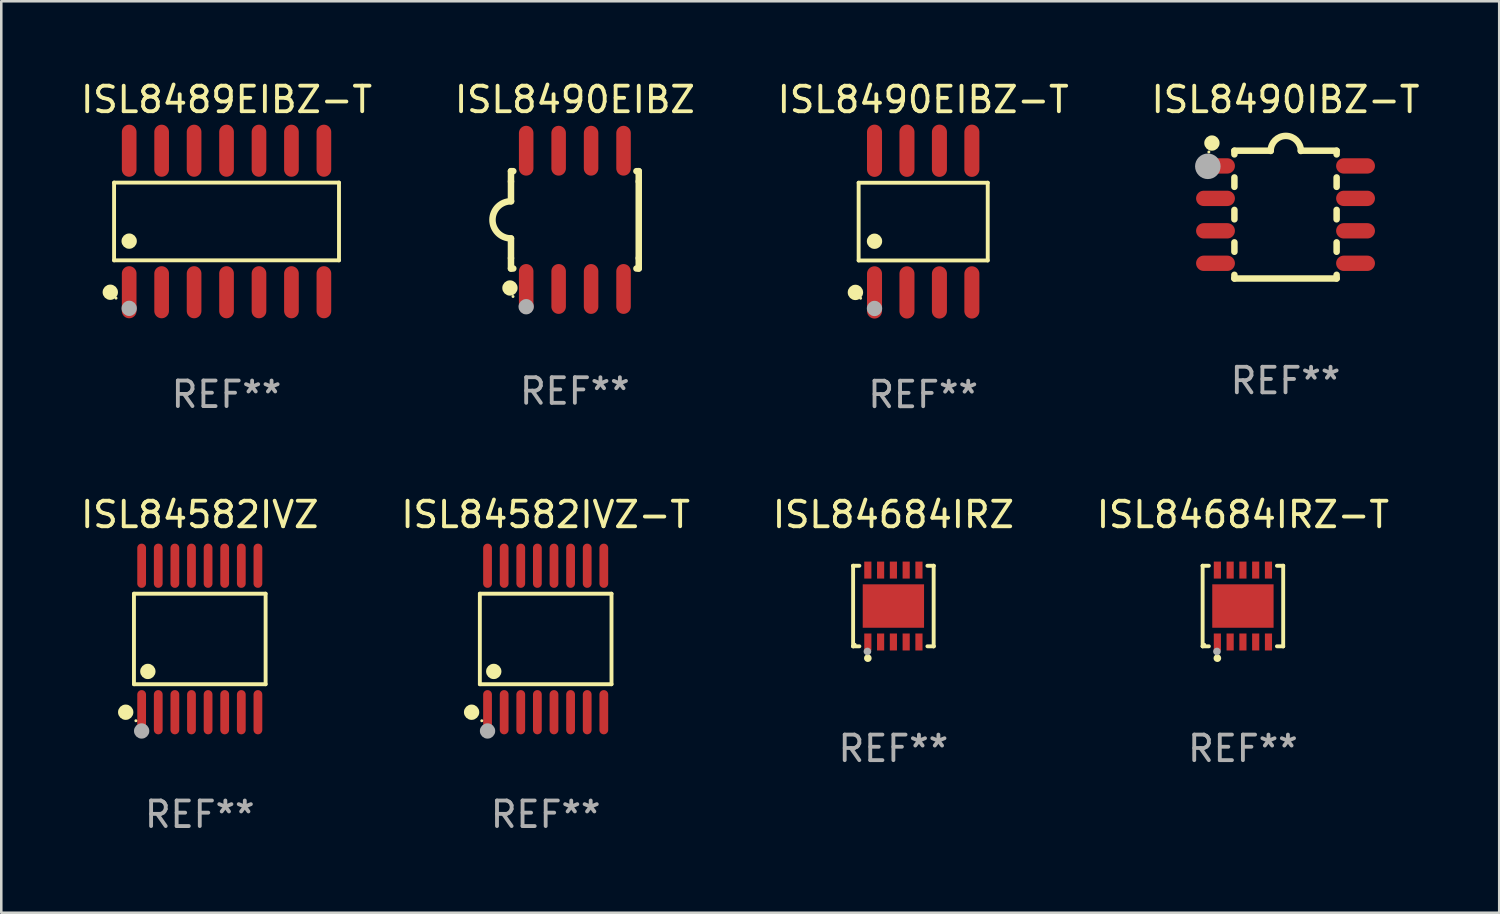
<source format=kicad_pcb>
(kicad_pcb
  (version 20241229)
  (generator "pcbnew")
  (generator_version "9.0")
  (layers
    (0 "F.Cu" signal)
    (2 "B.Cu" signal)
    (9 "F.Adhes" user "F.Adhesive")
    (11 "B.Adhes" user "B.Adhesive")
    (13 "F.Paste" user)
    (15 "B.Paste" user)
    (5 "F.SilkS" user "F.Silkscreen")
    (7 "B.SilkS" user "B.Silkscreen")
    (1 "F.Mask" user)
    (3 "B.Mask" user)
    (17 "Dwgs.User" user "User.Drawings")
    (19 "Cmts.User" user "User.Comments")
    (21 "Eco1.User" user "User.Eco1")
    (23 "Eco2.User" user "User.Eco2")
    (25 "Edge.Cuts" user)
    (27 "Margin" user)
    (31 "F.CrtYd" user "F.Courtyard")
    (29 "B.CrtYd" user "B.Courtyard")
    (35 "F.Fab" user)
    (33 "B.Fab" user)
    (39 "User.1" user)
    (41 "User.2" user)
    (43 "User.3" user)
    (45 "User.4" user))
  (footprint "ISL8490EIBZ"
    (layer "F.Cu")
    (at 19.446 5.553)
    (property "Reference" "ISL8490EIBZ" (at 0 -4.705 0) (layer "F.SilkS") (effects (font (size 1 1) (thickness 0.15))))
    (attr through_hole)
    (fp_line (start -2.5 -1.905) (end -2.409 -1.905) (stroke (width 0.254) (type solid)) (layer "F.SilkS"))
    (fp_line (start -2.5 -1.5) (end -2.5 -1.905) (stroke (width 0.254) (type solid)) (layer "F.SilkS"))
    (fp_line (start -2.5 -1.5) (end -2.5 -0.726) (stroke (width 0.254) (type solid)) (layer "F.SilkS"))
    (fp_line (start -2.5 1.5) (end -2.5 0.727) (stroke (width 0.254) (type solid)) (layer "F.SilkS"))
    (fp_line (start -2.5 1.5) (end -2.5 1.905) (stroke (width 0.254) (type solid)) (layer "F.SilkS"))
    (fp_line (start -2.5 1.905) (end -2.409 1.905) (stroke (width 0.254) (type solid)) (layer "F.SilkS"))
    (fp_line (start 2.5 -1.905) (end 2.409 -1.905) (stroke (width 0.254) (type solid)) (layer "F.SilkS"))
    (fp_line (start 2.5 -1.5) (end 2.5 -1.905) (stroke (width 0.254) (type solid)) (layer "F.SilkS"))
    (fp_line (start 2.5 -1.5) (end 2.5 1.5) (stroke (width 0.254) (type solid)) (layer "F.SilkS"))
    (fp_line (start 2.5 1.5) (end 2.5 1.905) (stroke (width 0.254) (type solid)) (layer "F.SilkS"))
    (fp_line (start 2.5 1.905) (end 2.409 1.905) (stroke (width 0.254) (type solid)) (layer "F.SilkS"))
    (fp_arc (start -2.5 0.726568) (mid -3.220316 -0.0023) (end -2.495097 -0.726289) (stroke (width 0.254001) (type solid)) (layer "F.SilkS"))
    (fp_circle (center -2.54 2.667) (end -2.39 2.667) (stroke (width 0.3) (type solid)) (fill no) (layer "F.SilkS"))
    (fp_circle (center -2.42 3) (end -2.39 3) (stroke (width 0.06) (type solid)) (fill no) (layer "F.SilkS"))
    (fp_circle (center -1.905 3.4) (end -1.755 3.4) (stroke (width 0.3) (type solid)) (fill no) (layer "F.Fab"))
    (fp_text user "REF**" (at 0 6.705 0) (layer "F.Fab") (effects (font (size 1 1) (thickness 0.15))))
    (pad "1" smd oval (at -1.905 2.705) (size 0.568 1.95) (layers "F.Cu" "F.Mask" "F.Paste"))
    (pad "2" smd oval (at -0.635 2.705) (size 0.568 1.95) (layers "F.Cu" "F.Mask" "F.Paste"))
    (pad "3" smd oval (at 0.635 2.705) (size 0.568 1.95) (layers "F.Cu" "F.Mask" "F.Paste"))
    (pad "4" smd oval (at 1.905 2.705) (size 0.568 1.95) (layers "F.Cu" "F.Mask" "F.Paste"))
    (pad "5" smd oval (at 1.905 -2.705) (size 0.568 1.95) (layers "F.Cu" "F.Mask" "F.Paste"))
    (pad "6" smd oval (at 0.635 -2.705) (size 0.568 1.95) (layers "F.Cu" "F.Mask" "F.Paste"))
    (pad "7" smd oval (at -0.635 -2.705) (size 0.568 1.95) (layers "F.Cu" "F.Mask" "F.Paste"))
    (pad "8" smd oval (at -1.905 -2.705) (size 0.568 1.95) (layers "F.Cu" "F.Mask" "F.Paste")))
  (footprint "ISL8490IBZ-T"
    (layer "F.Cu")
    (at 47.256 5.348)
    (property "Reference" "ISL8490IBZ-T" (at 0 -4.5 0) (layer "F.SilkS") (effects (font (size 1 1) (thickness 0.15))))
    (attr through_hole)
    (fp_line (start -2 -2.5) (end -2 -2.356) (stroke (width 0.254) (type solid)) (layer "F.SilkS"))
    (fp_line (start -2 -1.454) (end -2 -1.086) (stroke (width 0.254) (type solid)) (layer "F.SilkS"))
    (fp_line (start -2 -0.184) (end -2 0.184) (stroke (width 0.254) (type solid)) (layer "F.SilkS"))
    (fp_line (start -2 1.086) (end -2 1.454) (stroke (width 0.254) (type solid)) (layer "F.SilkS"))
    (fp_line (start -2 2.356) (end -2 2.5) (stroke (width 0.254) (type solid)) (layer "F.SilkS"))
    (fp_line (start -0.58 -2.5) (end -2 -2.5) (stroke (width 0.254) (type solid)) (layer "F.SilkS"))
    (fp_line (start 2 -2.5) (end 0.6 -2.5) (stroke (width 0.254) (type solid)) (layer "F.SilkS"))
    (fp_line (start 2 -2.5) (end 2 -2.356) (stroke (width 0.254) (type solid)) (layer "F.SilkS"))
    (fp_line (start 2 -1.454) (end 2 -1.086) (stroke (width 0.254) (type solid)) (layer "F.SilkS"))
    (fp_line (start 2 -0.184) (end 2 0.184) (stroke (width 0.254) (type solid)) (layer "F.SilkS"))
    (fp_line (start 2 1.086) (end 2 1.454) (stroke (width 0.254) (type solid)) (layer "F.SilkS"))
    (fp_line (start 2 2.356) (end 2 2.5) (stroke (width 0.254) (type solid)) (layer "F.SilkS"))
    (fp_line (start 2 2.5) (end -2 2.5) (stroke (width 0.254) (type solid)) (layer "F.SilkS"))
    (fp_arc (start -0.579908 -2.489992) (mid 0.010097 -3.07831) (end 0.600102 -2.489992) (stroke (width 0.254001) (type solid)) (layer "F.SilkS"))
    (fp_circle (center -3 -2.45) (end -2.97 -2.45) (stroke (width 0.06) (type solid)) (fill no) (layer "F.SilkS"))
    (fp_circle (center -2.88 -2.8) (end -2.73 -2.8) (stroke (width 0.3) (type solid)) (fill no) (layer "F.SilkS"))
    (fp_circle (center -3.04 -1.89) (end -2.79 -1.89) (stroke (width 0.5) (type solid)) (fill no) (layer "F.Fab"))
    (fp_text user "REF**" (at 0 6.5 0) (layer "F.Fab") (effects (font (size 1 1) (thickness 0.15))))
    (pad "1" smd oval (at -2.74 -1.905 90) (size 0.6 1.52) (layers "F.Cu" "F.Mask" "F.Paste"))
    (pad "2" smd oval (at -2.74 -0.635 90) (size 0.6 1.52) (layers "F.Cu" "F.Mask" "F.Paste"))
    (pad "3" smd oval (at -2.74 0.635 90) (size 0.6 1.52) (layers "F.Cu" "F.Mask" "F.Paste"))
    (pad "4" smd oval (at -2.74 1.905 90) (size 0.6 1.52) (layers "F.Cu" "F.Mask" "F.Paste"))
    (pad "5" smd oval (at 2.74 1.905 90) (size 0.6 1.52) (layers "F.Cu" "F.Mask" "F.Paste"))
    (pad "6" smd oval (at 2.74 0.635 90) (size 0.6 1.52) (layers "F.Cu" "F.Mask" "F.Paste"))
    (pad "7" smd oval (at 2.74 -0.635 90) (size 0.6 1.52) (layers "F.Cu" "F.Mask" "F.Paste"))
    (pad "8" smd oval (at 2.74 -1.905 90) (size 0.6 1.52) (layers "F.Cu" "F.Mask" "F.Paste")))
  (footprint "ISL84684IRZ"
    (layer "F.Cu")
    (at 31.911 20.666)
    (property "Reference" "ISL84684IRZ" (at 0 -3.576 0) (layer "F.SilkS") (effects (font (size 1 1) (thickness 0.15))))
    (attr through_hole)
    (fp_line (start -1.576 -1.576) (end -1.576 -1.576) (stroke (width 0.152) (type solid)) (layer "F.SilkS"))
    (fp_line (start -1.576 -1.576) (end -1.331 -1.576) (stroke (width 0.152) (type solid)) (layer "F.SilkS"))
    (fp_line (start -1.576 1.576) (end -1.576 -1.576) (stroke (width 0.152) (type solid)) (layer "F.SilkS"))
    (fp_line (start -1.576 1.576) (end -1.576 1.576) (stroke (width 0.152) (type solid)) (layer "F.SilkS"))
    (fp_line (start -1.331 1.576) (end -1.576 1.576) (stroke (width 0.152) (type solid)) (layer "F.SilkS"))
    (fp_line (start 1.331 1.576) (end 1.576 1.576) (stroke (width 0.152) (type solid)) (layer "F.SilkS"))
    (fp_line (start 1.576 -1.576) (end 1.331 -1.576) (stroke (width 0.152) (type solid)) (layer "F.SilkS"))
    (fp_line (start 1.576 -1.576) (end 1.576 -1.576) (stroke (width 0.152) (type solid)) (layer "F.SilkS"))
    (fp_line (start 1.576 1.576) (end 1.576 -1.576) (stroke (width 0.152) (type solid)) (layer "F.SilkS"))
    (fp_line (start 1.576 1.576) (end 1.576 1.576) (stroke (width 0.152) (type solid)) (layer "F.SilkS"))
    (fp_circle (center -1.5 1.5) (end -1.47 1.5) (stroke (width 0.06) (type solid)) (fill no) (layer "F.SilkS"))
    (fp_circle (center -1 2.04) (end -0.925 2.04) (stroke (width 0.15) (type solid)) (fill no) (layer "F.SilkS"))
    (fp_circle (center -1.016 1.778) (end -0.941 1.778) (stroke (width 0.15) (type solid)) (fill no) (layer "F.Fab"))
    (fp_text user "REF**" (at 0 5.576 0) (layer "F.Fab") (effects (font (size 1 1) (thickness 0.15))))
    (pad "1" smd rect (at -1 1.407) (size 0.28 0.665) (layers "F.Cu" "F.Mask" "F.Paste"))
    (pad "2" smd rect (at -0.5 1.407) (size 0.28 0.665) (layers "F.Cu" "F.Mask" "F.Paste"))
    (pad "3" smd rect (at 0 1.407) (size 0.28 0.665) (layers "F.Cu" "F.Mask" "F.Paste"))
    (pad "4" smd rect (at 0.5 1.407) (size 0.28 0.665) (layers "F.Cu" "F.Mask" "F.Paste"))
    (pad "5" smd rect (at 1 1.407) (size 0.28 0.665) (layers "F.Cu" "F.Mask" "F.Paste"))
    (pad "6" smd rect (at 1 -1.407) (size 0.28 0.665) (layers "F.Cu" "F.Mask" "F.Paste"))
    (pad "7" smd rect (at 0.5 -1.407) (size 0.28 0.665) (layers "F.Cu" "F.Mask" "F.Paste"))
    (pad "8" smd rect (at 0 -1.407) (size 0.28 0.665) (layers "F.Cu" "F.Mask" "F.Paste"))
    (pad "9" smd rect (at -0.5 -1.407) (size 0.28 0.665) (layers "F.Cu" "F.Mask" "F.Paste"))
    (pad "10" smd rect (at -1 -1.407) (size 0.28 0.665) (layers "F.Cu" "F.Mask" "F.Paste"))
    (pad "11" smd rect (at 0 0) (size 2.4 1.7) (layers "F.Cu" "F.Mask" "F.Paste")))
  (footprint "ISL84582IVZ"
    (layer "F.Cu")
    (at 4.768 21.955)
    (property "Reference" "ISL84582IVZ" (at 0 -4.866 0) (layer "F.SilkS") (effects (font (size 1 1) (thickness 0.15))))
    (attr through_hole)
    (fp_line (start -2.576 -1.772) (end 2.576 -1.772) (stroke (width 0.152) (type solid)) (layer "F.SilkS"))
    (fp_line (start -2.576 1.771) (end -2.576 -1.772) (stroke (width 0.152) (type solid)) (layer "F.SilkS"))
    (fp_line (start 2.576 -1.772) (end 2.576 1.771) (stroke (width 0.152) (type solid)) (layer "F.SilkS"))
    (fp_line (start 2.576 1.771) (end -2.576 1.771) (stroke (width 0.152) (type solid)) (layer "F.SilkS"))
    (fp_circle (center -2.899 2.866) (end -2.749 2.866) (stroke (width 0.3) (type solid)) (fill no) (layer "F.SilkS"))
    (fp_circle (center -2.5 3.2) (end -2.47 3.2) (stroke (width 0.06) (type solid)) (fill no) (layer "F.SilkS"))
    (fp_circle (center -2.032 1.27) (end -1.882 1.27) (stroke (width 0.3) (type solid)) (fill no) (layer "F.SilkS"))
    (fp_circle (center -2.275 3.6) (end -2.125 3.6) (stroke (width 0.3) (type solid)) (fill no) (layer "F.Fab"))
    (fp_text user "REF**" (at 0 6.866 0) (layer "F.Fab") (effects (font (size 1 1) (thickness 0.15))))
    (pad "1" smd oval (at -2.275 2.866) (size 0.343 1.731) (layers "F.Cu" "F.Mask" "F.Paste"))
    (pad "2" smd oval (at -1.625 2.866) (size 0.343 1.731) (layers "F.Cu" "F.Mask" "F.Paste"))
    (pad "3" smd oval (at -0.975 2.866) (size 0.343 1.731) (layers "F.Cu" "F.Mask" "F.Paste"))
    (pad "4" smd oval (at -0.325 2.866) (size 0.343 1.731) (layers "F.Cu" "F.Mask" "F.Paste"))
    (pad "5" smd oval (at 0.325 2.866) (size 0.343 1.731) (layers "F.Cu" "F.Mask" "F.Paste"))
    (pad "6" smd oval (at 0.975 2.866) (size 0.343 1.731) (layers "F.Cu" "F.Mask" "F.Paste"))
    (pad "7" smd oval (at 1.625 2.866) (size 0.343 1.731) (layers "F.Cu" "F.Mask" "F.Paste"))
    (pad "8" smd oval (at 2.275 2.866) (size 0.343 1.731) (layers "F.Cu" "F.Mask" "F.Paste"))
    (pad "9" smd oval (at 2.275 -2.866) (size 0.343 1.731) (layers "F.Cu" "F.Mask" "F.Paste"))
    (pad "10" smd oval (at 1.625 -2.866) (size 0.343 1.731) (layers "F.Cu" "F.Mask" "F.Paste"))
    (pad "11" smd oval (at 0.975 -2.866) (size 0.343 1.731) (layers "F.Cu" "F.Mask" "F.Paste"))
    (pad "12" smd oval (at 0.325 -2.866) (size 0.343 1.731) (layers "F.Cu" "F.Mask" "F.Paste"))
    (pad "13" smd oval (at -0.325 -2.866) (size 0.343 1.731) (layers "F.Cu" "F.Mask" "F.Paste"))
    (pad "14" smd oval (at -0.975 -2.866) (size 0.343 1.731) (layers "F.Cu" "F.Mask" "F.Paste"))
    (pad "15" smd oval (at -1.625 -2.866) (size 0.343 1.731) (layers "F.Cu" "F.Mask" "F.Paste"))
    (pad "16" smd oval (at -2.275 -2.866) (size 0.343 1.731) (layers "F.Cu" "F.Mask" "F.Paste")))
  (footprint "ISL8490EIBZ-T"
    (layer "F.Cu")
    (at 33.077 5.621)
    (property "Reference" "ISL8490EIBZ-T" (at 0 -4.772 0) (layer "F.SilkS") (effects (font (size 1 1) (thickness 0.15))))
    (attr through_hole)
    (fp_line (start -2.526 -1.521) (end 2.526 -1.521) (stroke (width 0.152) (type solid)) (layer "F.SilkS"))
    (fp_line (start -2.526 1.521) (end -2.526 -1.521) (stroke (width 0.152) (type solid)) (layer "F.SilkS"))
    (fp_line (start 2.526 -1.521) (end 2.526 1.521) (stroke (width 0.152) (type solid)) (layer "F.SilkS"))
    (fp_line (start 2.526 1.521) (end -2.526 1.521) (stroke (width 0.152) (type solid)) (layer "F.SilkS"))
    (fp_circle (center -2.652 2.772) (end -2.501 2.772) (stroke (width 0.3) (type solid)) (fill no) (layer "F.SilkS"))
    (fp_circle (center -2.45 3) (end -2.42 3) (stroke (width 0.06) (type solid)) (fill no) (layer "F.SilkS"))
    (fp_circle (center -1.905 0.769) (end -1.755 0.769) (stroke (width 0.3) (type solid)) (fill no) (layer "F.SilkS"))
    (fp_circle (center -1.905 3.4) (end -1.755 3.4) (stroke (width 0.3) (type solid)) (fill no) (layer "F.Fab"))
    (fp_text user "REF**" (at 0 6.772 0) (layer "F.Fab") (effects (font (size 1 1) (thickness 0.15))))
    (pad "1" smd oval (at -1.905 2.772) (size 0.588 2.045) (layers "F.Cu" "F.Mask" "F.Paste"))
    (pad "2" smd oval (at -0.635 2.772) (size 0.588 2.045) (layers "F.Cu" "F.Mask" "F.Paste"))
    (pad "3" smd oval (at 0.635 2.772) (size 0.588 2.045) (layers "F.Cu" "F.Mask" "F.Paste"))
    (pad "4" smd oval (at 1.905 2.772) (size 0.588 2.045) (layers "F.Cu" "F.Mask" "F.Paste"))
    (pad "5" smd oval (at 1.905 -2.772) (size 0.588 2.045) (layers "F.Cu" "F.Mask" "F.Paste"))
    (pad "6" smd oval (at 0.635 -2.772) (size 0.588 2.045) (layers "F.Cu" "F.Mask" "F.Paste"))
    (pad "7" smd oval (at -0.635 -2.772) (size 0.588 2.045) (layers "F.Cu" "F.Mask" "F.Paste"))
    (pad "8" smd oval (at -1.905 -2.772) (size 0.588 2.045) (layers "F.Cu" "F.Mask" "F.Paste")))
  (footprint "ISL84582IVZ-T"
    (layer "F.Cu")
    (at 18.304 21.955)
    (property "Reference" "ISL84582IVZ-T" (at 0 -4.866 0) (layer "F.SilkS") (effects (font (size 1 1) (thickness 0.15))))
    (attr through_hole)
    (fp_line (start -2.576 -1.772) (end 2.576 -1.772) (stroke (width 0.152) (type solid)) (layer "F.SilkS"))
    (fp_line (start -2.576 1.771) (end -2.576 -1.772) (stroke (width 0.152) (type solid)) (layer "F.SilkS"))
    (fp_line (start 2.576 -1.772) (end 2.576 1.771) (stroke (width 0.152) (type solid)) (layer "F.SilkS"))
    (fp_line (start 2.576 1.771) (end -2.576 1.771) (stroke (width 0.152) (type solid)) (layer "F.SilkS"))
    (fp_circle (center -2.899 2.866) (end -2.749 2.866) (stroke (width 0.3) (type solid)) (fill no) (layer "F.SilkS"))
    (fp_circle (center -2.5 3.2) (end -2.47 3.2) (stroke (width 0.06) (type solid)) (fill no) (layer "F.SilkS"))
    (fp_circle (center -2.032 1.27) (end -1.882 1.27) (stroke (width 0.3) (type solid)) (fill no) (layer "F.SilkS"))
    (fp_circle (center -2.275 3.6) (end -2.125 3.6) (stroke (width 0.3) (type solid)) (fill no) (layer "F.Fab"))
    (fp_text user "REF**" (at 0 6.866 0) (layer "F.Fab") (effects (font (size 1 1) (thickness 0.15))))
    (pad "1" smd oval (at -2.275 2.866) (size 0.343 1.731) (layers "F.Cu" "F.Mask" "F.Paste"))
    (pad "2" smd oval (at -1.625 2.866) (size 0.343 1.731) (layers "F.Cu" "F.Mask" "F.Paste"))
    (pad "3" smd oval (at -0.975 2.866) (size 0.343 1.731) (layers "F.Cu" "F.Mask" "F.Paste"))
    (pad "4" smd oval (at -0.325 2.866) (size 0.343 1.731) (layers "F.Cu" "F.Mask" "F.Paste"))
    (pad "5" smd oval (at 0.325 2.866) (size 0.343 1.731) (layers "F.Cu" "F.Mask" "F.Paste"))
    (pad "6" smd oval (at 0.975 2.866) (size 0.343 1.731) (layers "F.Cu" "F.Mask" "F.Paste"))
    (pad "7" smd oval (at 1.625 2.866) (size 0.343 1.731) (layers "F.Cu" "F.Mask" "F.Paste"))
    (pad "8" smd oval (at 2.275 2.866) (size 0.343 1.731) (layers "F.Cu" "F.Mask" "F.Paste"))
    (pad "9" smd oval (at 2.275 -2.866) (size 0.343 1.731) (layers "F.Cu" "F.Mask" "F.Paste"))
    (pad "10" smd oval (at 1.625 -2.866) (size 0.343 1.731) (layers "F.Cu" "F.Mask" "F.Paste"))
    (pad "11" smd oval (at 0.975 -2.866) (size 0.343 1.731) (layers "F.Cu" "F.Mask" "F.Paste"))
    (pad "12" smd oval (at 0.325 -2.866) (size 0.343 1.731) (layers "F.Cu" "F.Mask" "F.Paste"))
    (pad "13" smd oval (at -0.325 -2.866) (size 0.343 1.731) (layers "F.Cu" "F.Mask" "F.Paste"))
    (pad "14" smd oval (at -0.975 -2.866) (size 0.343 1.731) (layers "F.Cu" "F.Mask" "F.Paste"))
    (pad "15" smd oval (at -1.625 -2.866) (size 0.343 1.731) (layers "F.Cu" "F.Mask" "F.Paste"))
    (pad "16" smd oval (at -2.275 -2.866) (size 0.343 1.731) (layers "F.Cu" "F.Mask" "F.Paste")))
  (footprint "ISL84684IRZ-T"
    (layer "F.Cu")
    (at 45.589 20.666)
    (property "Reference" "ISL84684IRZ-T" (at 0 -3.576 0) (layer "F.SilkS") (effects (font (size 1 1) (thickness 0.15))))
    (attr through_hole)
    (fp_line (start -1.576 -1.576) (end -1.576 -1.576) (stroke (width 0.152) (type solid)) (layer "F.SilkS"))
    (fp_line (start -1.576 -1.576) (end -1.331 -1.576) (stroke (width 0.152) (type solid)) (layer "F.SilkS"))
    (fp_line (start -1.576 1.576) (end -1.576 -1.576) (stroke (width 0.152) (type solid)) (layer "F.SilkS"))
    (fp_line (start -1.576 1.576) (end -1.576 1.576) (stroke (width 0.152) (type solid)) (layer "F.SilkS"))
    (fp_line (start -1.331 1.576) (end -1.576 1.576) (stroke (width 0.152) (type solid)) (layer "F.SilkS"))
    (fp_line (start 1.331 1.576) (end 1.576 1.576) (stroke (width 0.152) (type solid)) (layer "F.SilkS"))
    (fp_line (start 1.576 -1.576) (end 1.331 -1.576) (stroke (width 0.152) (type solid)) (layer "F.SilkS"))
    (fp_line (start 1.576 -1.576) (end 1.576 -1.576) (stroke (width 0.152) (type solid)) (layer "F.SilkS"))
    (fp_line (start 1.576 1.576) (end 1.576 -1.576) (stroke (width 0.152) (type solid)) (layer "F.SilkS"))
    (fp_line (start 1.576 1.576) (end 1.576 1.576) (stroke (width 0.152) (type solid)) (layer "F.SilkS"))
    (fp_circle (center -1.5 1.5) (end -1.47 1.5) (stroke (width 0.06) (type solid)) (fill no) (layer "F.SilkS"))
    (fp_circle (center -1 2.04) (end -0.925 2.04) (stroke (width 0.15) (type solid)) (fill no) (layer "F.SilkS"))
    (fp_circle (center -1.016 1.778) (end -0.941 1.778) (stroke (width 0.15) (type solid)) (fill no) (layer "F.Fab"))
    (fp_text user "REF**" (at 0 5.576 0) (layer "F.Fab") (effects (font (size 1 1) (thickness 0.15))))
    (pad "1" smd rect (at -1 1.407) (size 0.28 0.665) (layers "F.Cu" "F.Mask" "F.Paste"))
    (pad "2" smd rect (at -0.5 1.407) (size 0.28 0.665) (layers "F.Cu" "F.Mask" "F.Paste"))
    (pad "3" smd rect (at 0 1.407) (size 0.28 0.665) (layers "F.Cu" "F.Mask" "F.Paste"))
    (pad "4" smd rect (at 0.5 1.407) (size 0.28 0.665) (layers "F.Cu" "F.Mask" "F.Paste"))
    (pad "5" smd rect (at 1 1.407) (size 0.28 0.665) (layers "F.Cu" "F.Mask" "F.Paste"))
    (pad "6" smd rect (at 1 -1.407) (size 0.28 0.665) (layers "F.Cu" "F.Mask" "F.Paste"))
    (pad "7" smd rect (at 0.5 -1.407) (size 0.28 0.665) (layers "F.Cu" "F.Mask" "F.Paste"))
    (pad "8" smd rect (at 0 -1.407) (size 0.28 0.665) (layers "F.Cu" "F.Mask" "F.Paste"))
    (pad "9" smd rect (at -0.5 -1.407) (size 0.28 0.665) (layers "F.Cu" "F.Mask" "F.Paste"))
    (pad "10" smd rect (at -1 -1.407) (size 0.28 0.665) (layers "F.Cu" "F.Mask" "F.Paste"))
    (pad "11" smd rect (at 0 0) (size 2.4 1.7) (layers "F.Cu" "F.Mask" "F.Paste")))
  (footprint "ISL8489EIBZ-T"
    (layer "F.Cu")
    (at 5.815 5.617)
    (property "Reference" "ISL8489EIBZ-T" (at 0 -4.769 0) (layer "F.SilkS") (effects (font (size 1 1) (thickness 0.15))))
    (attr through_hole)
    (fp_line (start -4.401 -1.521) (end 4.401 -1.521) (stroke (width 0.152) (type solid)) (layer "F.SilkS"))
    (fp_line (start -4.401 1.521) (end -4.401 -1.521) (stroke (width 0.152) (type solid)) (layer "F.SilkS"))
    (fp_line (start 4.401 -1.521) (end 4.401 1.521) (stroke (width 0.152) (type solid)) (layer "F.SilkS"))
    (fp_line (start 4.401 1.521) (end -4.401 1.521) (stroke (width 0.152) (type solid)) (layer "F.SilkS"))
    (fp_circle (center -4.549 2.769) (end -4.399 2.769) (stroke (width 0.3) (type solid)) (fill no) (layer "F.SilkS"))
    (fp_circle (center -4.325 3) (end -4.295 3) (stroke (width 0.06) (type solid)) (fill no) (layer "F.SilkS"))
    (fp_circle (center -3.81 0.769) (end -3.66 0.769) (stroke (width 0.3) (type solid)) (fill no) (layer "F.SilkS"))
    (fp_circle (center -3.81 3.4) (end -3.66 3.4) (stroke (width 0.3) (type solid)) (fill no) (layer "F.Fab"))
    (fp_text user "REF**" (at 0 6.769 0) (layer "F.Fab") (effects (font (size 1 1) (thickness 0.15))))
    (pad "1" smd oval (at -3.81 2.769) (size 0.574 2.038) (layers "F.Cu" "F.Mask" "F.Paste"))
    (pad "2" smd oval (at -2.54 2.769) (size 0.574 2.038) (layers "F.Cu" "F.Mask" "F.Paste"))
    (pad "3" smd oval (at -1.27 2.769) (size 0.574 2.038) (layers "F.Cu" "F.Mask" "F.Paste"))
    (pad "4" smd oval (at 0 2.769) (size 0.574 2.038) (layers "F.Cu" "F.Mask" "F.Paste"))
    (pad "5" smd oval (at 1.27 2.769) (size 0.574 2.038) (layers "F.Cu" "F.Mask" "F.Paste"))
    (pad "6" smd oval (at 2.54 2.769) (size 0.574 2.038) (layers "F.Cu" "F.Mask" "F.Paste"))
    (pad "7" smd oval (at 3.81 2.769) (size 0.574 2.038) (layers "F.Cu" "F.Mask" "F.Paste"))
    (pad "8" smd oval (at 3.81 -2.769) (size 0.574 2.038) (layers "F.Cu" "F.Mask" "F.Paste"))
    (pad "9" smd oval (at 2.54 -2.769) (size 0.574 2.038) (layers "F.Cu" "F.Mask" "F.Paste"))
    (pad "10" smd oval (at 1.27 -2.769) (size 0.574 2.038) (layers "F.Cu" "F.Mask" "F.Paste"))
    (pad "11" smd oval (at 0 -2.769) (size 0.574 2.038) (layers "F.Cu" "F.Mask" "F.Paste"))
    (pad "12" smd oval (at -1.27 -2.769) (size 0.574 2.038) (layers "F.Cu" "F.Mask" "F.Paste"))
    (pad "13" smd oval (at -2.54 -2.769) (size 0.574 2.038) (layers "F.Cu" "F.Mask" "F.Paste"))
    (pad "14" smd oval (at -3.81 -2.769) (size 0.574 2.038) (layers "F.Cu" "F.Mask" "F.Paste")))
  (gr_rect
    (start -3 -3)
    (end 55.619 32.669)
    (stroke (width 0.1) (type default))
    (fill no)
    (layer "Edge.Cuts")))
</source>
